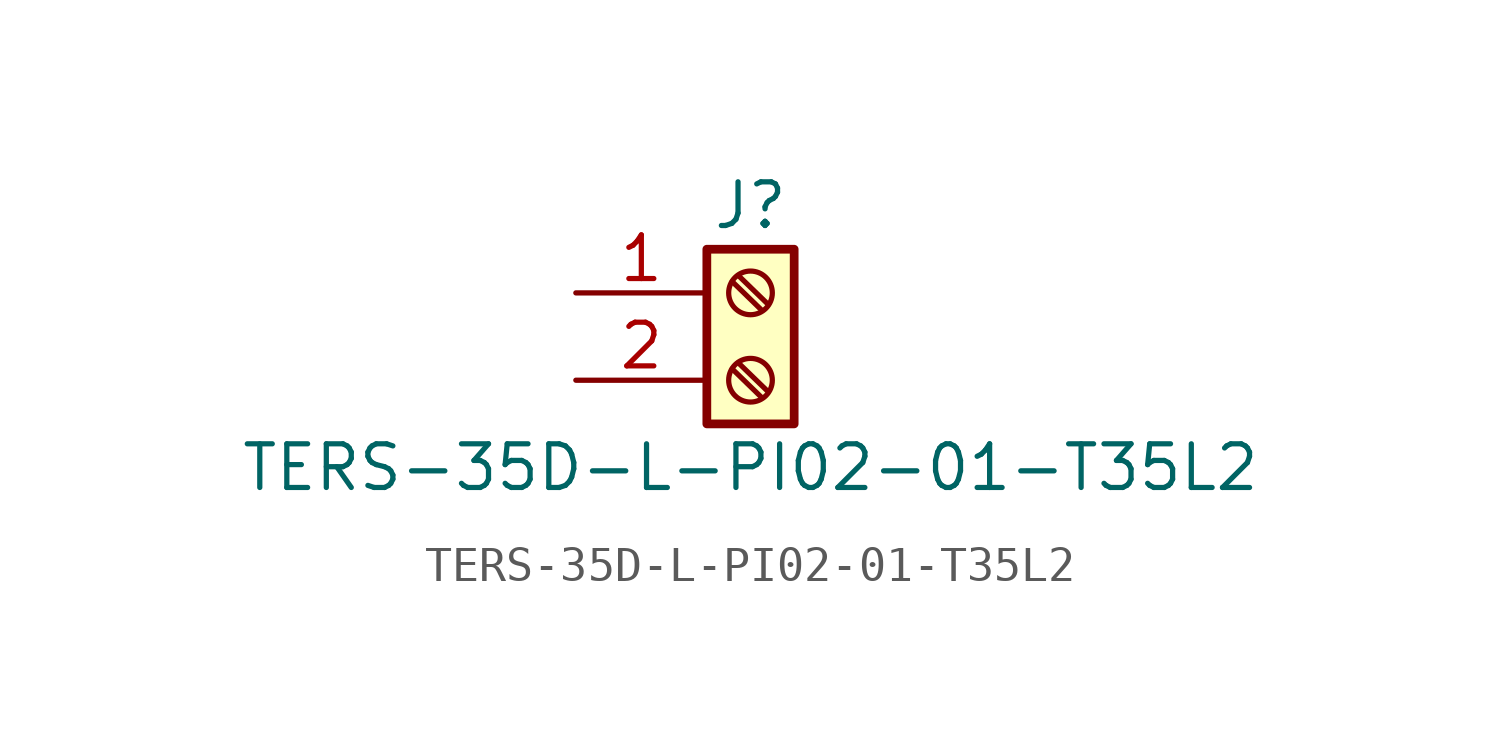
<source format=kicad_sym>
(kicad_symbol_lib
  (version 20211014)
  (generator kicad_symbol_editor)
  (symbol "TERS-35D-L-PI02-01-T35L2"
    (pin_names
      (offset 1.016) hide)
    (property "Reference" "J"
      (at 0 2.54 0)
      (effects (font (size 1.27 1.27))))
    (property "Value" "TERS-35D-L-PI02-01-T35L2"
      (at 0 -5.08 0)
      (effects (font (size 1.27 1.27))))
    (symbol "TERS-35D-L-PI02-01-T35L2_1_1"
      (rectangle (start -1.27 1.27) (end 1.27 -3.81) (stroke (width 0.254) (type default) (color 0 0 0 0)) (fill (type background)))
      (circle (center 0 -2.54) (radius 0.635) (stroke (width 0.152) (type default) (color 0 0 0 0)) (fill (type none)))
      (polyline (pts (xy -0.533 -2.21) (xy 0.33 -3.048)) (stroke (width 0.152) (type default) (color 0 0 0 0)) (fill (type none)))
      (polyline (pts (xy -0.533 0.33) (xy 0.33 -0.508)) (stroke (width 0.152) (type default) (color 0 0 0 0)) (fill (type none)))
      (polyline (pts (xy -0.356 -2.032) (xy 0.508 -2.87)) (stroke (width 0.152) (type default) (color 0 0 0 0)) (fill (type none)))
      (polyline (pts (xy -0.356 0.508) (xy 0.508 -0.33)) (stroke (width 0.152) (type default) (color 0 0 0 0)) (fill (type none)))
      (circle (center 0 0) (radius 0.635) (stroke (width 0.152) (type default) (color 0 0 0 0)) (fill (type none)))
      (pin passive line (at -5.08 0 0) (length 3.81) (name "Pin_1" (effects (font (size 1.27 1.27)))) (number "1" (effects (font (size 1.27 1.27)))))
      (pin passive line (at -5.08 -2.54 0) (length 3.81) (name "Pin_2" (effects (font (size 1.27 1.27)))) (number "2" (effects (font (size 1.27 1.27))))))))
</source>
